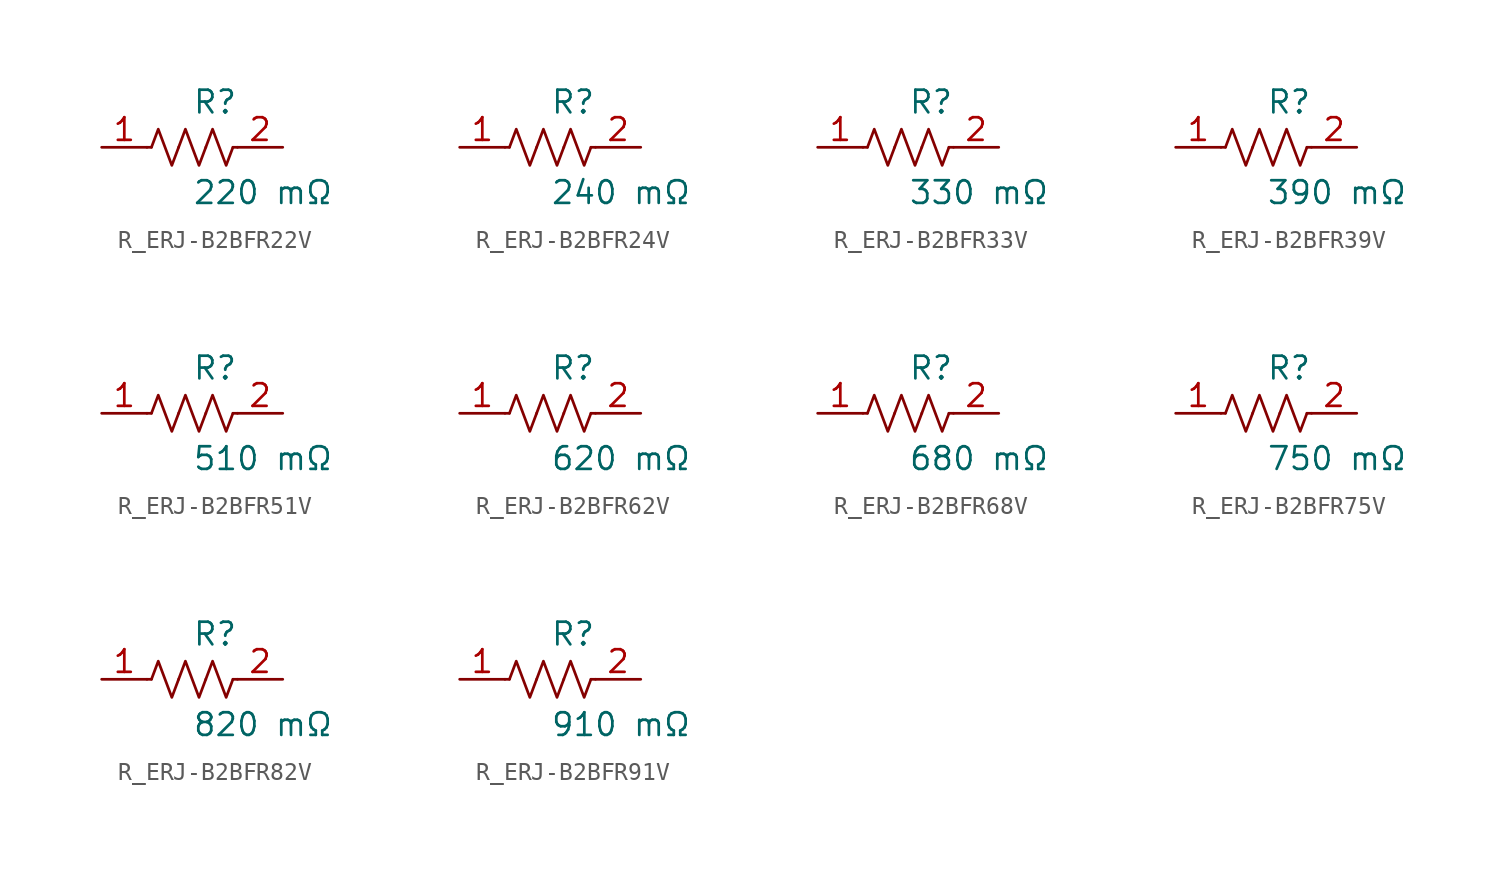
<source format=kicad_sym>
(kicad_symbol_lib
  (version 20231120)
  (generator kicad_symbol_editor)
  (generator_version 8.0)
  (symbol "R_ERJ-B2BFR22V"
    (pin_names
      (offset 0.254))
    (property "Reference" "R"
      (at 0 2.54 0)
      (effects (font (size 1.27 1.27)) (justify left)))
    (property "Value" "220 mΩ"
      (at 0 -2.54 0)
      (effects (font (size 1.27 1.27)) (justify left)))
    (symbol "R_ERJ-B2BFR22V_0_1"
      (polyline (pts (xy 2.286 0) (xy 2.54 0)) (stroke (width 0) (type default)) (fill (type none)))
      (polyline (pts (xy -2.286 0) (xy -2.54 0)) (stroke (width 0) (type default)) (fill (type none)))
      (polyline (pts (xy 0.762 0) (xy 1.143 1.016) (xy 1.524 0) (xy 1.905 -1.016) (xy 2.286 0)) (stroke (width 0) (type default)) (fill (type none)))
      (polyline (pts (xy -0.762 0) (xy -0.381 1.016) (xy 0 0) (xy 0.381 -1.016) (xy 0.762 0)) (stroke (width 0) (type default)) (fill (type none)))
      (polyline (pts (xy -2.286 0) (xy -1.905 1.016) (xy -1.524 0) (xy -1.143 -1.016) (xy -0.762 0)) (stroke (width 0) (type default)) (fill (type none))))
    (pin passive line
      (at -5.08 0 0)
      (length 2.54)
      (name "" (effects (font (size 1.27 1.27))))
      (number "1" (effects (font (size 1.27 1.27)))))
    (pin passive line
      (at 5.08 0 180)
      (length 2.54)
      (name "" (effects (font (size 1.27 1.27))))
      (number "2" (effects (font (size 1.27 1.27))))))
  (symbol "R_ERJ-B2BFR24V"
    (pin_names
      (offset 0.254))
    (property "Reference" "R"
      (at 0 2.54 0)
      (effects (font (size 1.27 1.27)) (justify left)))
    (property "Value" "240 mΩ"
      (at 0 -2.54 0)
      (effects (font (size 1.27 1.27)) (justify left)))
    (symbol "R_ERJ-B2BFR24V_0_1"
      (polyline (pts (xy 2.286 0) (xy 2.54 0)) (stroke (width 0) (type default)) (fill (type none)))
      (polyline (pts (xy -2.286 0) (xy -2.54 0)) (stroke (width 0) (type default)) (fill (type none)))
      (polyline (pts (xy 0.762 0) (xy 1.143 1.016) (xy 1.524 0) (xy 1.905 -1.016) (xy 2.286 0)) (stroke (width 0) (type default)) (fill (type none)))
      (polyline (pts (xy -0.762 0) (xy -0.381 1.016) (xy 0 0) (xy 0.381 -1.016) (xy 0.762 0)) (stroke (width 0) (type default)) (fill (type none)))
      (polyline (pts (xy -2.286 0) (xy -1.905 1.016) (xy -1.524 0) (xy -1.143 -1.016) (xy -0.762 0)) (stroke (width 0) (type default)) (fill (type none))))
    (pin passive line
      (at -5.08 0 0)
      (length 2.54)
      (name "" (effects (font (size 1.27 1.27))))
      (number "1" (effects (font (size 1.27 1.27)))))
    (pin passive line
      (at 5.08 0 180)
      (length 2.54)
      (name "" (effects (font (size 1.27 1.27))))
      (number "2" (effects (font (size 1.27 1.27))))))
  (symbol "R_ERJ-B2BFR33V"
    (pin_names
      (offset 0.254))
    (property "Reference" "R"
      (at 0 2.54 0)
      (effects (font (size 1.27 1.27)) (justify left)))
    (property "Value" "330 mΩ"
      (at 0 -2.54 0)
      (effects (font (size 1.27 1.27)) (justify left)))
    (symbol "R_ERJ-B2BFR33V_0_1"
      (polyline (pts (xy 2.286 0) (xy 2.54 0)) (stroke (width 0) (type default)) (fill (type none)))
      (polyline (pts (xy -2.286 0) (xy -2.54 0)) (stroke (width 0) (type default)) (fill (type none)))
      (polyline (pts (xy 0.762 0) (xy 1.143 1.016) (xy 1.524 0) (xy 1.905 -1.016) (xy 2.286 0)) (stroke (width 0) (type default)) (fill (type none)))
      (polyline (pts (xy -0.762 0) (xy -0.381 1.016) (xy 0 0) (xy 0.381 -1.016) (xy 0.762 0)) (stroke (width 0) (type default)) (fill (type none)))
      (polyline (pts (xy -2.286 0) (xy -1.905 1.016) (xy -1.524 0) (xy -1.143 -1.016) (xy -0.762 0)) (stroke (width 0) (type default)) (fill (type none))))
    (pin passive line
      (at -5.08 0 0)
      (length 2.54)
      (name "" (effects (font (size 1.27 1.27))))
      (number "1" (effects (font (size 1.27 1.27)))))
    (pin passive line
      (at 5.08 0 180)
      (length 2.54)
      (name "" (effects (font (size 1.27 1.27))))
      (number "2" (effects (font (size 1.27 1.27))))))
  (symbol "R_ERJ-B2BFR39V"
    (pin_names
      (offset 0.254))
    (property "Reference" "R"
      (at 0 2.54 0)
      (effects (font (size 1.27 1.27)) (justify left)))
    (property "Value" "390 mΩ"
      (at 0 -2.54 0)
      (effects (font (size 1.27 1.27)) (justify left)))
    (symbol "R_ERJ-B2BFR39V_0_1"
      (polyline (pts (xy 2.286 0) (xy 2.54 0)) (stroke (width 0) (type default)) (fill (type none)))
      (polyline (pts (xy -2.286 0) (xy -2.54 0)) (stroke (width 0) (type default)) (fill (type none)))
      (polyline (pts (xy 0.762 0) (xy 1.143 1.016) (xy 1.524 0) (xy 1.905 -1.016) (xy 2.286 0)) (stroke (width 0) (type default)) (fill (type none)))
      (polyline (pts (xy -0.762 0) (xy -0.381 1.016) (xy 0 0) (xy 0.381 -1.016) (xy 0.762 0)) (stroke (width 0) (type default)) (fill (type none)))
      (polyline (pts (xy -2.286 0) (xy -1.905 1.016) (xy -1.524 0) (xy -1.143 -1.016) (xy -0.762 0)) (stroke (width 0) (type default)) (fill (type none))))
    (pin passive line
      (at -5.08 0 0)
      (length 2.54)
      (name "" (effects (font (size 1.27 1.27))))
      (number "1" (effects (font (size 1.27 1.27)))))
    (pin passive line
      (at 5.08 0 180)
      (length 2.54)
      (name "" (effects (font (size 1.27 1.27))))
      (number "2" (effects (font (size 1.27 1.27))))))
  (symbol "R_ERJ-B2BFR51V"
    (pin_names
      (offset 0.254))
    (property "Reference" "R"
      (at 0 2.54 0)
      (effects (font (size 1.27 1.27)) (justify left)))
    (property "Value" "510 mΩ"
      (at 0 -2.54 0)
      (effects (font (size 1.27 1.27)) (justify left)))
    (symbol "R_ERJ-B2BFR51V_0_1"
      (polyline (pts (xy 2.286 0) (xy 2.54 0)) (stroke (width 0) (type default)) (fill (type none)))
      (polyline (pts (xy -2.286 0) (xy -2.54 0)) (stroke (width 0) (type default)) (fill (type none)))
      (polyline (pts (xy 0.762 0) (xy 1.143 1.016) (xy 1.524 0) (xy 1.905 -1.016) (xy 2.286 0)) (stroke (width 0) (type default)) (fill (type none)))
      (polyline (pts (xy -0.762 0) (xy -0.381 1.016) (xy 0 0) (xy 0.381 -1.016) (xy 0.762 0)) (stroke (width 0) (type default)) (fill (type none)))
      (polyline (pts (xy -2.286 0) (xy -1.905 1.016) (xy -1.524 0) (xy -1.143 -1.016) (xy -0.762 0)) (stroke (width 0) (type default)) (fill (type none))))
    (pin passive line
      (at -5.08 0 0)
      (length 2.54)
      (name "" (effects (font (size 1.27 1.27))))
      (number "1" (effects (font (size 1.27 1.27)))))
    (pin passive line
      (at 5.08 0 180)
      (length 2.54)
      (name "" (effects (font (size 1.27 1.27))))
      (number "2" (effects (font (size 1.27 1.27))))))
  (symbol "R_ERJ-B2BFR62V"
    (pin_names
      (offset 0.254))
    (property "Reference" "R"
      (at 0 2.54 0)
      (effects (font (size 1.27 1.27)) (justify left)))
    (property "Value" "620 mΩ"
      (at 0 -2.54 0)
      (effects (font (size 1.27 1.27)) (justify left)))
    (symbol "R_ERJ-B2BFR62V_0_1"
      (polyline (pts (xy 2.286 0) (xy 2.54 0)) (stroke (width 0) (type default)) (fill (type none)))
      (polyline (pts (xy -2.286 0) (xy -2.54 0)) (stroke (width 0) (type default)) (fill (type none)))
      (polyline (pts (xy 0.762 0) (xy 1.143 1.016) (xy 1.524 0) (xy 1.905 -1.016) (xy 2.286 0)) (stroke (width 0) (type default)) (fill (type none)))
      (polyline (pts (xy -0.762 0) (xy -0.381 1.016) (xy 0 0) (xy 0.381 -1.016) (xy 0.762 0)) (stroke (width 0) (type default)) (fill (type none)))
      (polyline (pts (xy -2.286 0) (xy -1.905 1.016) (xy -1.524 0) (xy -1.143 -1.016) (xy -0.762 0)) (stroke (width 0) (type default)) (fill (type none))))
    (pin passive line
      (at -5.08 0 0)
      (length 2.54)
      (name "" (effects (font (size 1.27 1.27))))
      (number "1" (effects (font (size 1.27 1.27)))))
    (pin passive line
      (at 5.08 0 180)
      (length 2.54)
      (name "" (effects (font (size 1.27 1.27))))
      (number "2" (effects (font (size 1.27 1.27))))))
  (symbol "R_ERJ-B2BFR68V"
    (pin_names
      (offset 0.254))
    (property "Reference" "R"
      (at 0 2.54 0)
      (effects (font (size 1.27 1.27)) (justify left)))
    (property "Value" "680 mΩ"
      (at 0 -2.54 0)
      (effects (font (size 1.27 1.27)) (justify left)))
    (symbol "R_ERJ-B2BFR68V_0_1"
      (polyline (pts (xy 2.286 0) (xy 2.54 0)) (stroke (width 0) (type default)) (fill (type none)))
      (polyline (pts (xy -2.286 0) (xy -2.54 0)) (stroke (width 0) (type default)) (fill (type none)))
      (polyline (pts (xy 0.762 0) (xy 1.143 1.016) (xy 1.524 0) (xy 1.905 -1.016) (xy 2.286 0)) (stroke (width 0) (type default)) (fill (type none)))
      (polyline (pts (xy -0.762 0) (xy -0.381 1.016) (xy 0 0) (xy 0.381 -1.016) (xy 0.762 0)) (stroke (width 0) (type default)) (fill (type none)))
      (polyline (pts (xy -2.286 0) (xy -1.905 1.016) (xy -1.524 0) (xy -1.143 -1.016) (xy -0.762 0)) (stroke (width 0) (type default)) (fill (type none))))
    (pin passive line
      (at -5.08 0 0)
      (length 2.54)
      (name "" (effects (font (size 1.27 1.27))))
      (number "1" (effects (font (size 1.27 1.27)))))
    (pin passive line
      (at 5.08 0 180)
      (length 2.54)
      (name "" (effects (font (size 1.27 1.27))))
      (number "2" (effects (font (size 1.27 1.27))))))
  (symbol "R_ERJ-B2BFR75V"
    (pin_names
      (offset 0.254))
    (property "Reference" "R"
      (at 0 2.54 0)
      (effects (font (size 1.27 1.27)) (justify left)))
    (property "Value" "750 mΩ"
      (at 0 -2.54 0)
      (effects (font (size 1.27 1.27)) (justify left)))
    (symbol "R_ERJ-B2BFR75V_0_1"
      (polyline (pts (xy 2.286 0) (xy 2.54 0)) (stroke (width 0) (type default)) (fill (type none)))
      (polyline (pts (xy -2.286 0) (xy -2.54 0)) (stroke (width 0) (type default)) (fill (type none)))
      (polyline (pts (xy 0.762 0) (xy 1.143 1.016) (xy 1.524 0) (xy 1.905 -1.016) (xy 2.286 0)) (stroke (width 0) (type default)) (fill (type none)))
      (polyline (pts (xy -0.762 0) (xy -0.381 1.016) (xy 0 0) (xy 0.381 -1.016) (xy 0.762 0)) (stroke (width 0) (type default)) (fill (type none)))
      (polyline (pts (xy -2.286 0) (xy -1.905 1.016) (xy -1.524 0) (xy -1.143 -1.016) (xy -0.762 0)) (stroke (width 0) (type default)) (fill (type none))))
    (pin passive line
      (at -5.08 0 0)
      (length 2.54)
      (name "" (effects (font (size 1.27 1.27))))
      (number "1" (effects (font (size 1.27 1.27)))))
    (pin passive line
      (at 5.08 0 180)
      (length 2.54)
      (name "" (effects (font (size 1.27 1.27))))
      (number "2" (effects (font (size 1.27 1.27))))))
  (symbol "R_ERJ-B2BFR82V"
    (pin_names
      (offset 0.254))
    (property "Reference" "R"
      (at 0 2.54 0)
      (effects (font (size 1.27 1.27)) (justify left)))
    (property "Value" "820 mΩ"
      (at 0 -2.54 0)
      (effects (font (size 1.27 1.27)) (justify left)))
    (symbol "R_ERJ-B2BFR82V_0_1"
      (polyline (pts (xy 2.286 0) (xy 2.54 0)) (stroke (width 0) (type default)) (fill (type none)))
      (polyline (pts (xy -2.286 0) (xy -2.54 0)) (stroke (width 0) (type default)) (fill (type none)))
      (polyline (pts (xy 0.762 0) (xy 1.143 1.016) (xy 1.524 0) (xy 1.905 -1.016) (xy 2.286 0)) (stroke (width 0) (type default)) (fill (type none)))
      (polyline (pts (xy -0.762 0) (xy -0.381 1.016) (xy 0 0) (xy 0.381 -1.016) (xy 0.762 0)) (stroke (width 0) (type default)) (fill (type none)))
      (polyline (pts (xy -2.286 0) (xy -1.905 1.016) (xy -1.524 0) (xy -1.143 -1.016) (xy -0.762 0)) (stroke (width 0) (type default)) (fill (type none))))
    (pin passive line
      (at -5.08 0 0)
      (length 2.54)
      (name "" (effects (font (size 1.27 1.27))))
      (number "1" (effects (font (size 1.27 1.27)))))
    (pin passive line
      (at 5.08 0 180)
      (length 2.54)
      (name "" (effects (font (size 1.27 1.27))))
      (number "2" (effects (font (size 1.27 1.27))))))
  (symbol "R_ERJ-B2BFR91V"
    (pin_names
      (offset 0.254))
    (property "Reference" "R"
      (at 0 2.54 0)
      (effects (font (size 1.27 1.27)) (justify left)))
    (property "Value" "910 mΩ"
      (at 0 -2.54 0)
      (effects (font (size 1.27 1.27)) (justify left)))
    (symbol "R_ERJ-B2BFR91V_0_1"
      (polyline (pts (xy 2.286 0) (xy 2.54 0)) (stroke (width 0) (type default)) (fill (type none)))
      (polyline (pts (xy -2.286 0) (xy -2.54 0)) (stroke (width 0) (type default)) (fill (type none)))
      (polyline (pts (xy 0.762 0) (xy 1.143 1.016) (xy 1.524 0) (xy 1.905 -1.016) (xy 2.286 0)) (stroke (width 0) (type default)) (fill (type none)))
      (polyline (pts (xy -0.762 0) (xy -0.381 1.016) (xy 0 0) (xy 0.381 -1.016) (xy 0.762 0)) (stroke (width 0) (type default)) (fill (type none)))
      (polyline (pts (xy -2.286 0) (xy -1.905 1.016) (xy -1.524 0) (xy -1.143 -1.016) (xy -0.762 0)) (stroke (width 0) (type default)) (fill (type none))))
    (pin passive line
      (at -5.08 0 0)
      (length 2.54)
      (name "" (effects (font (size 1.27 1.27))))
      (number "1" (effects (font (size 1.27 1.27)))))
    (pin passive line
      (at 5.08 0 180)
      (length 2.54)
      (name "" (effects (font (size 1.27 1.27))))
      (number "2" (effects (font (size 1.27 1.27)))))))
</source>
